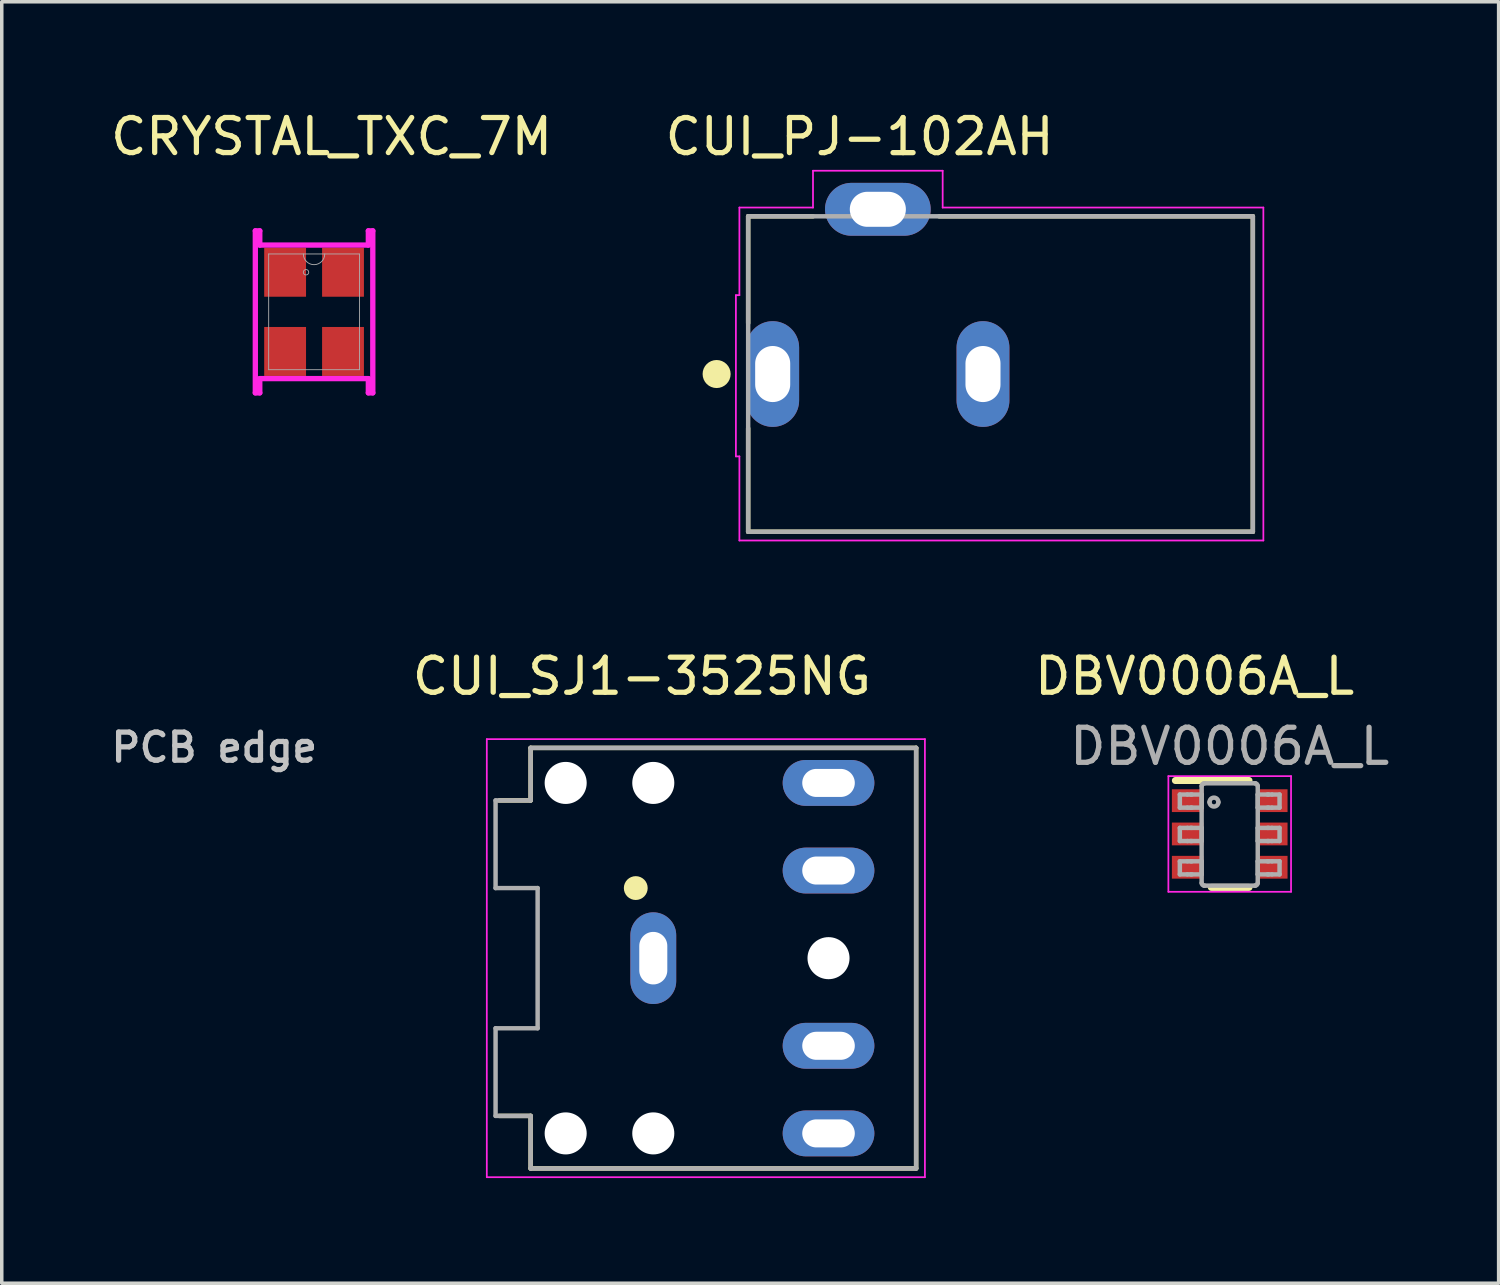
<source format=kicad_pcb>
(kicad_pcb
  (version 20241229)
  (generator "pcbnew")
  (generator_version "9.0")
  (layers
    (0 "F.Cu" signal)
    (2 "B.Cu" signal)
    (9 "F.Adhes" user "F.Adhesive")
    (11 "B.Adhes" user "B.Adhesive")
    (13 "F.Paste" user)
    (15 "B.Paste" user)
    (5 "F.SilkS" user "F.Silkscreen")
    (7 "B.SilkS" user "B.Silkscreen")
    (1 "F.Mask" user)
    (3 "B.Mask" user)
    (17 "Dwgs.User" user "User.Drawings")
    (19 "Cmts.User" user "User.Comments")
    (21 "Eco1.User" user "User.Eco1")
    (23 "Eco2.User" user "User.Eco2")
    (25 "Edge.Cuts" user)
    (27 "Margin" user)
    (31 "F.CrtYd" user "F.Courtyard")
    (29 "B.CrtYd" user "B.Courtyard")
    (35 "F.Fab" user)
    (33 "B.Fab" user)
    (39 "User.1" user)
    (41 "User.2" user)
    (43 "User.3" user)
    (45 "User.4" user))
  (footprint "DBV0006A_L"
    (layer "F.Cu")
    (at 32.037 20.745)
    (property "Reference" "DBV0006A_L" (at -1 -4.5 0) (unlocked yes) (layer "F.SilkS") (effects (font (size 1 1) (thickness 0.15))))
    (attr smd)
    (fp_line (start -1.55 -1.525) (end 0.55 -1.525) (stroke (width 0.2) (type solid)) (layer "F.SilkS"))
    (fp_line (start -0.525 1.525) (end 0.55 1.525) (stroke (width 0.2) (type solid)) (layer "F.SilkS"))
    (fp_line (start -1.75 -1.65) (end 1.75 -1.65) (stroke (width 0.05) (type solid)) (layer "F.CrtYd"))
    (fp_line (start -1.75 1.65) (end -1.75 -1.65) (stroke (width 0.05) (type solid)) (layer "F.CrtYd"))
    (fp_line (start -1.75 1.65) (end 1.75 1.65) (stroke (width 0.05) (type solid)) (layer "F.CrtYd"))
    (fp_line (start 1.75 1.65) (end 1.75 -1.65) (stroke (width 0.05) (type solid)) (layer "F.CrtYd"))
    (fp_line (start -1.423 -1.125) (end -1.206 -1.125) (stroke (width 0.127) (type solid)) (layer "F.Fab"))
    (fp_line (start -1.423 -0.751) (end -1.423 -1.125) (stroke (width 0.127) (type solid)) (layer "F.Fab"))
    (fp_line (start -1.423 -0.751) (end -1.206 -0.751) (stroke (width 0.127) (type solid)) (layer "F.Fab"))
    (fp_line (start -1.423 -0.173) (end -1.206 -0.173) (stroke (width 0.127) (type solid)) (layer "F.Fab"))
    (fp_line (start -1.423 0.202) (end -1.423 -0.173) (stroke (width 0.127) (type solid)) (layer "F.Fab"))
    (fp_line (start -1.423 0.202) (end -1.206 0.202) (stroke (width 0.127) (type solid)) (layer "F.Fab"))
    (fp_line (start -1.423 0.78) (end -1.206 0.78) (stroke (width 0.127) (type solid)) (layer "F.Fab"))
    (fp_line (start -1.423 1.154) (end -1.423 0.78) (stroke (width 0.127) (type solid)) (layer "F.Fab"))
    (fp_line (start -1.423 1.154) (end -1.206 1.154) (stroke (width 0.127) (type solid)) (layer "F.Fab"))
    (fp_line (start -1.206 -1.125) (end -1.113 -1.125) (stroke (width 0.127) (type solid)) (layer "F.Fab"))
    (fp_line (start -1.206 -0.751) (end -1.113 -0.751) (stroke (width 0.127) (type solid)) (layer "F.Fab"))
    (fp_line (start -1.206 -0.173) (end -1.113 -0.173) (stroke (width 0.127) (type solid)) (layer "F.Fab"))
    (fp_line (start -1.206 0.202) (end -1.113 0.202) (stroke (width 0.127) (type solid)) (layer "F.Fab"))
    (fp_line (start -1.206 0.78) (end -1.113 0.78) (stroke (width 0.127) (type solid)) (layer "F.Fab"))
    (fp_line (start -1.206 1.154) (end -1.113 1.154) (stroke (width 0.127) (type solid)) (layer "F.Fab"))
    (fp_line (start -1.113 -1.125) (end -1.081 -1.125) (stroke (width 0.127) (type solid)) (layer "F.Fab"))
    (fp_line (start -1.113 -0.751) (end -1.081 -0.751) (stroke (width 0.127) (type solid)) (layer "F.Fab"))
    (fp_line (start -1.113 -0.173) (end -1.081 -0.173) (stroke (width 0.127) (type solid)) (layer "F.Fab"))
    (fp_line (start -1.113 0.202) (end -1.081 0.202) (stroke (width 0.127) (type solid)) (layer "F.Fab"))
    (fp_line (start -1.113 0.78) (end -1.081 0.78) (stroke (width 0.127) (type solid)) (layer "F.Fab"))
    (fp_line (start -1.113 1.154) (end -1.081 1.154) (stroke (width 0.127) (type solid)) (layer "F.Fab"))
    (fp_line (start -1.081 -1.125) (end -0.828 -1.125) (stroke (width 0.127) (type solid)) (layer "F.Fab"))
    (fp_line (start -1.081 -0.751) (end -0.828 -0.751) (stroke (width 0.127) (type solid)) (layer "F.Fab"))
    (fp_line (start -1.081 -0.173) (end -0.828 -0.173) (stroke (width 0.127) (type solid)) (layer "F.Fab"))
    (fp_line (start -1.081 0.202) (end -0.828 0.202) (stroke (width 0.127) (type solid)) (layer "F.Fab"))
    (fp_line (start -1.081 0.78) (end -0.828 0.78) (stroke (width 0.127) (type solid)) (layer "F.Fab"))
    (fp_line (start -1.081 1.154) (end -0.828 1.154) (stroke (width 0.127) (type solid)) (layer "F.Fab"))
    (fp_line (start -0.828 -1.125) (end -0.801 -1.125) (stroke (width 0.127) (type solid)) (layer "F.Fab"))
    (fp_line (start -0.828 -0.751) (end -0.801 -0.751) (stroke (width 0.127) (type solid)) (layer "F.Fab"))
    (fp_line (start -0.828 -0.173) (end -0.801 -0.173) (stroke (width 0.127) (type solid)) (layer "F.Fab"))
    (fp_line (start -0.828 0.202) (end -0.801 0.202) (stroke (width 0.127) (type solid)) (layer "F.Fab"))
    (fp_line (start -0.828 0.78) (end -0.801 0.78) (stroke (width 0.127) (type solid)) (layer "F.Fab"))
    (fp_line (start -0.828 1.154) (end -0.801 1.154) (stroke (width 0.127) (type solid)) (layer "F.Fab"))
    (fp_line (start -0.801 -0.751) (end -0.801 -1.125) (stroke (width 0.127) (type solid)) (layer "F.Fab"))
    (fp_line (start -0.801 0.202) (end -0.801 -0.173) (stroke (width 0.127) (type solid)) (layer "F.Fab"))
    (fp_line (start -0.801 1.154) (end -0.801 0.78) (stroke (width 0.127) (type solid)) (layer "F.Fab"))
    (fp_line (start -0.801 1.399) (end -0.801 -1.37) (stroke (width 0.127) (type solid)) (layer "F.Fab"))
    (fp_line (start -0.725 -1.446) (end -0.724 -1.446) (stroke (width 0.127) (type solid)) (layer "F.Fab"))
    (fp_line (start -0.725 1.475) (end -0.724 1.475) (stroke (width 0.127) (type solid)) (layer "F.Fab"))
    (fp_line (start -0.724 -1.446) (end 0.723 -1.446) (stroke (width 0.127) (type solid)) (layer "F.Fab"))
    (fp_line (start -0.724 1.475) (end 0.723 1.475) (stroke (width 0.127) (type solid)) (layer "F.Fab"))
    (fp_line (start 0.723 -1.446) (end 0.724 -1.446) (stroke (width 0.127) (type solid)) (layer "F.Fab"))
    (fp_line (start 0.723 1.475) (end 0.724 1.475) (stroke (width 0.127) (type solid)) (layer "F.Fab"))
    (fp_line (start 0.8 -1.125) (end 0.827 -1.125) (stroke (width 0.127) (type solid)) (layer "F.Fab"))
    (fp_line (start 0.8 -0.751) (end 0.8 -1.125) (stroke (width 0.127) (type solid)) (layer "F.Fab"))
    (fp_line (start 0.8 -0.751) (end 0.827 -0.751) (stroke (width 0.127) (type solid)) (layer "F.Fab"))
    (fp_line (start 0.8 -0.173) (end 0.827 -0.173) (stroke (width 0.127) (type solid)) (layer "F.Fab"))
    (fp_line (start 0.8 0.202) (end 0.8 -0.173) (stroke (width 0.127) (type solid)) (layer "F.Fab"))
    (fp_line (start 0.8 0.202) (end 0.827 0.202) (stroke (width 0.127) (type solid)) (layer "F.Fab"))
    (fp_line (start 0.8 0.78) (end 0.827 0.78) (stroke (width 0.127) (type solid)) (layer "F.Fab"))
    (fp_line (start 0.8 1.154) (end 0.8 0.78) (stroke (width 0.127) (type solid)) (layer "F.Fab"))
    (fp_line (start 0.8 1.154) (end 0.827 1.154) (stroke (width 0.127) (type solid)) (layer "F.Fab"))
    (fp_line (start 0.8 1.399) (end 0.8 -1.37) (stroke (width 0.127) (type solid)) (layer "F.Fab"))
    (fp_line (start 0.827 -1.125) (end 1.08 -1.125) (stroke (width 0.127) (type solid)) (layer "F.Fab"))
    (fp_line (start 0.827 -0.751) (end 1.08 -0.751) (stroke (width 0.127) (type solid)) (layer "F.Fab"))
    (fp_line (start 0.827 -0.173) (end 1.08 -0.173) (stroke (width 0.127) (type solid)) (layer "F.Fab"))
    (fp_line (start 0.827 0.202) (end 1.08 0.202) (stroke (width 0.127) (type solid)) (layer "F.Fab"))
    (fp_line (start 0.827 0.78) (end 1.08 0.78) (stroke (width 0.127) (type solid)) (layer "F.Fab"))
    (fp_line (start 0.827 1.154) (end 1.08 1.154) (stroke (width 0.127) (type solid)) (layer "F.Fab"))
    (fp_line (start 1.08 -1.125) (end 1.112 -1.125) (stroke (width 0.127) (type solid)) (layer "F.Fab"))
    (fp_line (start 1.08 -0.751) (end 1.112 -0.751) (stroke (width 0.127) (type solid)) (layer "F.Fab"))
    (fp_line (start 1.08 -0.173) (end 1.112 -0.173) (stroke (width 0.127) (type solid)) (layer "F.Fab"))
    (fp_line (start 1.08 0.202) (end 1.112 0.202) (stroke (width 0.127) (type solid)) (layer "F.Fab"))
    (fp_line (start 1.08 0.78) (end 1.112 0.78) (stroke (width 0.127) (type solid)) (layer "F.Fab"))
    (fp_line (start 1.08 1.154) (end 1.112 1.154) (stroke (width 0.127) (type solid)) (layer "F.Fab"))
    (fp_line (start 1.112 -1.125) (end 1.205 -1.125) (stroke (width 0.127) (type solid)) (layer "F.Fab"))
    (fp_line (start 1.112 -0.751) (end 1.205 -0.751) (stroke (width 0.127) (type solid)) (layer "F.Fab"))
    (fp_line (start 1.112 -0.173) (end 1.205 -0.173) (stroke (width 0.127) (type solid)) (layer "F.Fab"))
    (fp_line (start 1.112 0.202) (end 1.205 0.202) (stroke (width 0.127) (type solid)) (layer "F.Fab"))
    (fp_line (start 1.112 0.78) (end 1.205 0.78) (stroke (width 0.127) (type solid)) (layer "F.Fab"))
    (fp_line (start 1.112 1.154) (end 1.205 1.154) (stroke (width 0.127) (type solid)) (layer "F.Fab"))
    (fp_line (start 1.205 -1.125) (end 1.422 -1.125) (stroke (width 0.127) (type solid)) (layer "F.Fab"))
    (fp_line (start 1.205 -0.751) (end 1.422 -0.751) (stroke (width 0.127) (type solid)) (layer "F.Fab"))
    (fp_line (start 1.205 -0.173) (end 1.422 -0.173) (stroke (width 0.127) (type solid)) (layer "F.Fab"))
    (fp_line (start 1.205 0.202) (end 1.422 0.202) (stroke (width 0.127) (type solid)) (layer "F.Fab"))
    (fp_line (start 1.205 0.78) (end 1.422 0.78) (stroke (width 0.127) (type solid)) (layer "F.Fab"))
    (fp_line (start 1.205 1.154) (end 1.422 1.154) (stroke (width 0.127) (type solid)) (layer "F.Fab"))
    (fp_line (start 1.422 -0.751) (end 1.422 -1.125) (stroke (width 0.127) (type solid)) (layer "F.Fab"))
    (fp_line (start 1.422 0.202) (end 1.422 -0.173) (stroke (width 0.127) (type solid)) (layer "F.Fab"))
    (fp_line (start 1.422 1.154) (end 1.422 0.78) (stroke (width 0.127) (type solid)) (layer "F.Fab"))
    (fp_arc (start -0.800692 -1.369901) (mid -0.778512 -1.423533) (end -0.724999 -1.446) (stroke (width 0.127) (type solid)) (layer "F.Fab"))
    (fp_arc (start -0.724999 1.475002) (mid -0.778507 1.452548) (end -0.800692 1.398928) (stroke (width 0.127) (type solid)) (layer "F.Fab"))
    (fp_arc (start -0.576537 -0.906071) (mid -0.449562 -1.033046) (end -0.322588 -0.906071) (stroke (width 0.127) (type solid)) (layer "F.Fab"))
    (fp_arc (start -0.322588 -0.906071) (mid -0.449562 -0.779097) (end -0.576537 -0.906071) (stroke (width 0.127) (type solid)) (layer "F.Fab"))
    (fp_arc (start 0.723841 -1.446) (mid 0.777341 -1.423528) (end 0.799508 -1.369901) (stroke (width 0.127) (type solid)) (layer "F.Fab"))
    (fp_arc (start 0.799508 1.398928) (mid 0.777336 1.452543) (end 0.723841 1.475002) (stroke (width 0.127) (type solid)) (layer "F.Fab"))
    (fp_text user "${REFERENCE}" (at 0 -2.5 0) (unlocked yes) (layer "F.Fab") (effects (font (size 1 1) (thickness 0.15))))
    (pad "1" smd rect (at -1.2 -0.95 90) (size 0.65 0.9) (layers "F.Cu" "F.Mask" "F.Paste"))
    (pad "2" smd rect (at -1.2 0 90) (size 0.65 0.9) (layers "F.Cu" "F.Mask" "F.Paste"))
    (pad "3" smd rect (at -1.2 0.95 90) (size 0.65 0.9) (layers "F.Cu" "F.Mask" "F.Paste"))
    (pad "4" smd rect (at 1.2 0.95 90) (size 0.65 0.9) (layers "F.Cu" "F.Mask" "F.Paste"))
    (pad "5" smd rect (at 1.2 0 90) (size 0.65 0.9) (layers "F.Cu" "F.Mask" "F.Paste"))
    (pad "6" smd rect (at 1.2 -0.95 90) (size 0.65 0.9) (layers "F.Cu" "F.Mask" "F.Paste")))
  (footprint "CUI_PJ-102AH"
    (layer "F.Cu")
    (at 25.497 7.622)
    (property "Reference" "CUI_PJ-102AH" (at -4.02 -6.773 0) (layer "F.SilkS") (effects (font (size 1.001 1.001) (thickness 0.15))))
    (attr through_hole)
    (fp_line (start -7.2 -4.5) (end -5.35 -4.5) (stroke (width 0.127) (type solid)) (layer "F.SilkS"))
    (fp_line (start -7.2 -1.45) (end -7.2 -4.5) (stroke (width 0.127) (type solid)) (layer "F.SilkS"))
    (fp_line (start -7.2 4.5) (end -7.2 1.55) (stroke (width 0.127) (type solid)) (layer "F.SilkS"))
    (fp_line (start -1.75 -4.5) (end 7.2 -4.5) (stroke (width 0.127) (type solid)) (layer "F.SilkS"))
    (fp_line (start 7.2 -4.5) (end 7.2 4.5) (stroke (width 0.127) (type solid)) (layer "F.SilkS"))
    (fp_line (start 7.2 4.5) (end -7.2 4.5) (stroke (width 0.127) (type solid)) (layer "F.SilkS"))
    (fp_circle (center -8.1 0) (end -7.9 0) (stroke (width 0.4) (type solid)) (fill no) (layer "F.SilkS"))
    (fp_line (start -7.55 -2.25) (end -7.55 2.35) (stroke (width 0.05) (type solid)) (layer "F.CrtYd"))
    (fp_line (start -7.55 2.35) (end -7.45 2.35) (stroke (width 0.05) (type solid)) (layer "F.CrtYd"))
    (fp_line (start -7.45 -4.75) (end -5.35 -4.75) (stroke (width 0.05) (type solid)) (layer "F.CrtYd"))
    (fp_line (start -7.45 -2.25) (end -7.55 -2.25) (stroke (width 0.05) (type solid)) (layer "F.CrtYd"))
    (fp_line (start -7.45 -2.25) (end -7.45 -4.75) (stroke (width 0.05) (type solid)) (layer "F.CrtYd"))
    (fp_line (start -7.45 4.75) (end -7.45 2.35) (stroke (width 0.05) (type solid)) (layer "F.CrtYd"))
    (fp_line (start -5.35 -5.8) (end -1.65 -5.8) (stroke (width 0.05) (type solid)) (layer "F.CrtYd"))
    (fp_line (start -5.35 -4.75) (end -5.35 -5.8) (stroke (width 0.05) (type solid)) (layer "F.CrtYd"))
    (fp_line (start -1.65 -5.8) (end -1.65 -4.75) (stroke (width 0.05) (type solid)) (layer "F.CrtYd"))
    (fp_line (start -1.65 -4.75) (end 7.5 -4.75) (stroke (width 0.05) (type solid)) (layer "F.CrtYd"))
    (fp_line (start 7.5 -4.75) (end 7.5 4.75) (stroke (width 0.05) (type solid)) (layer "F.CrtYd"))
    (fp_line (start 7.5 4.75) (end -7.45 4.75) (stroke (width 0.05) (type solid)) (layer "F.CrtYd"))
    (fp_line (start -7.2 -4.5) (end 7.2 -4.5) (stroke (width 0.127) (type solid)) (layer "F.Fab"))
    (fp_line (start -7.2 4.5) (end -7.2 -4.5) (stroke (width 0.127) (type solid)) (layer "F.Fab"))
    (fp_line (start 7.2 -4.5) (end 7.2 4.5) (stroke (width 0.127) (type solid)) (layer "F.Fab"))
    (fp_line (start 7.2 4.5) (end -7.2 4.5) (stroke (width 0.127) (type solid)) (layer "F.Fab"))
    (pad "1" thru_hole oval (at -6.5 0) (size 1.508 3.016) (drill oval 1 1.6) (layers "*.Cu" "*.Mask"))
    (pad "2" thru_hole oval (at -0.5 0) (size 1.508 3.016) (drill oval 1 1.6) (layers "*.Cu" "*.Mask"))
    (pad "3" thru_hole oval (at -3.5 -4.7) (size 3.016 1.508) (drill oval 1.6 1) (layers "*.Cu" "*.Mask")))
  (footprint "CRYSTAL_TXC_7M"
    (layer "F.Cu")
    (at 5.911 5.848)
    (property "Reference" "CRYSTAL_TXC_7M" (at 0.5 -5 0) (unlocked yes) (layer "F.SilkS") (effects (font (size 1 1) (thickness 0.15))))
    (attr smd)
    (fp_poly (pts (xy -1.422 -1.829) (xy -1.422 -0.432) (xy -0.229 -0.432) (xy -0.229 -1.829)) (stroke (width 0) (type solid)) (fill yes) (layer "F.Mask"))
    (fp_poly (pts (xy -1.422 0.432) (xy -1.422 1.829) (xy -0.229 1.829) (xy -0.229 0.432)) (stroke (width 0) (type solid)) (fill yes) (layer "F.Mask"))
    (fp_poly (pts (xy 0.229 -1.829) (xy 0.229 -0.432) (xy 1.422 -0.432) (xy 1.422 -1.829)) (stroke (width 0) (type solid)) (fill yes) (layer "F.Mask"))
    (fp_poly (pts (xy 0.229 0.432) (xy 0.229 1.829) (xy 1.422 1.829) (xy 1.422 0.432)) (stroke (width 0) (type solid)) (fill yes) (layer "F.Mask"))
    (fp_poly (pts (xy -1.422 -1.829) (xy -1.422 -0.432) (xy -0.229 -0.432) (xy -0.229 -1.829)) (stroke (width 0) (type solid)) (fill yes) (layer "F.Paste"))
    (fp_poly (pts (xy -1.422 0.432) (xy -1.422 1.829) (xy -0.229 1.829) (xy -0.229 0.432)) (stroke (width 0) (type solid)) (fill yes) (layer "F.Paste"))
    (fp_poly (pts (xy 0.229 -1.829) (xy 0.229 -0.432) (xy 1.422 -0.432) (xy 1.422 -1.829)) (stroke (width 0) (type solid)) (fill yes) (layer "F.Paste"))
    (fp_poly (pts (xy 0.229 0.432) (xy 0.229 1.829) (xy 1.422 1.829) (xy 1.422 0.432)) (stroke (width 0) (type solid)) (fill yes) (layer "F.Paste"))
    (fp_line (start -1.676 -2.311) (end -1.549 -2.311) (stroke (width 0.152) (type solid)) (layer "F.CrtYd"))
    (fp_line (start -1.676 2.311) (end -1.676 -2.311) (stroke (width 0.152) (type solid)) (layer "F.CrtYd"))
    (fp_line (start -1.676 2.311) (end -1.549 2.311) (stroke (width 0.152) (type solid)) (layer "F.CrtYd"))
    (fp_line (start -1.549 -2.311) (end -1.549 -1.905) (stroke (width 0.152) (type solid)) (layer "F.CrtYd"))
    (fp_line (start -1.549 -1.905) (end 1.549 -1.905) (stroke (width 0.152) (type solid)) (layer "F.CrtYd"))
    (fp_line (start -1.549 1.905) (end -1.549 2.311) (stroke (width 0.152) (type solid)) (layer "F.CrtYd"))
    (fp_line (start 1.549 -1.905) (end 1.549 -2.311) (stroke (width 0.152) (type solid)) (layer "F.CrtYd"))
    (fp_line (start 1.549 1.905) (end -1.549 1.905) (stroke (width 0.152) (type solid)) (layer "F.CrtYd"))
    (fp_line (start 1.549 2.311) (end 1.549 1.905) (stroke (width 0.152) (type solid)) (layer "F.CrtYd"))
    (fp_line (start 1.676 -2.311) (end 1.549 -2.311) (stroke (width 0.152) (type solid)) (layer "F.CrtYd"))
    (fp_line (start 1.676 -2.311) (end 1.676 2.311) (stroke (width 0.152) (type solid)) (layer "F.CrtYd"))
    (fp_line (start 1.676 2.311) (end 1.549 2.311) (stroke (width 0.152) (type solid)) (layer "F.CrtYd"))
    (fp_line (start -1.295 -1.651) (end -1.295 1.651) (stroke (width 0.025) (type solid)) (layer "F.Fab"))
    (fp_line (start -1.295 1.651) (end 1.295 1.651) (stroke (width 0.025) (type solid)) (layer "F.Fab"))
    (fp_line (start 1.295 -1.651) (end -1.295 -1.651) (stroke (width 0.025) (type solid)) (layer "F.Fab"))
    (fp_line (start 1.295 1.651) (end 1.295 -1.651) (stroke (width 0.025) (type solid)) (layer "F.Fab"))
    (fp_arc (start 0.3048 -1.651) (mid 0 -1.3462) (end -0.3048 -1.651) (stroke (width 0.0254) (type solid)) (layer "F.Fab"))
    (fp_circle (center -0.229 -1.13) (end -0.152 -1.13) (stroke (width 0.025) (type solid)) (fill no) (layer "F.Fab"))
    (pad "1" smd rect (at -0.826 -1.13) (size 1.194 1.397) (layers "F.Cu" "F.Mask"))
    (pad "2" smd rect (at -0.826 1.13) (size 1.194 1.397) (layers "F.Cu" "F.Mask"))
    (pad "3" smd rect (at 0.826 1.13) (size 1.194 1.397) (layers "F.Cu" "F.Mask"))
    (pad "4" smd rect (at 0.826 -1.13) (size 1.194 1.397) (layers "F.Cu" "F.Mask")))
  (footprint "CUI_SJ1-3525NG"
    (layer "F.Cu")
    (at 15.59 24.289)
    (property "Reference" "CUI_SJ1-3525NG" (at -0.325 -8.043 0) (layer "F.SilkS") (effects (font (size 1.001 1.001) (thickness 0.15))))
    (attr through_hole)
    (fp_line (start -4.4 4.5) (end -3.5 4.5) (stroke (width 0.127) (type solid)) (layer "F.SilkS"))
    (fp_line (start -3.5 -6) (end -3.5 -4.5) (stroke (width 0.127) (type solid)) (layer "F.SilkS"))
    (fp_line (start -3.5 -4.5) (end -4.4 -4.5) (stroke (width 0.127) (type solid)) (layer "F.SilkS"))
    (fp_line (start -3.5 4.5) (end -3.5 6) (stroke (width 0.127) (type solid)) (layer "F.SilkS"))
    (fp_line (start 7.5 -6) (end -3.5 -6) (stroke (width 0.127) (type solid)) (layer "F.SilkS"))
    (fp_line (start 7.5 -6) (end 7.5 6) (stroke (width 0.127) (type solid)) (layer "F.SilkS"))
    (fp_line (start 7.5 6) (end -3.5 6) (stroke (width 0.127) (type solid)) (layer "F.SilkS"))
    (fp_circle (center -0.5 -2) (end -0.33 -2) (stroke (width 0.34) (type solid)) (fill no) (layer "F.SilkS"))
    (fp_line (start -4.75 -6.25) (end 7.75 -6.25) (stroke (width 0.05) (type solid)) (layer "F.CrtYd"))
    (fp_line (start -4.75 6.25) (end -4.75 -6.25) (stroke (width 0.05) (type solid)) (layer "F.CrtYd"))
    (fp_line (start 7.75 -6.25) (end 7.75 6.25) (stroke (width 0.05) (type solid)) (layer "F.CrtYd"))
    (fp_line (start 7.75 6.25) (end -4.75 6.25) (stroke (width 0.05) (type solid)) (layer "F.CrtYd"))
    (fp_line (start -4.5 -4.5) (end -4.5 -2) (stroke (width 0.127) (type solid)) (layer "F.Fab"))
    (fp_line (start -4.5 -2) (end -3.3 -2) (stroke (width 0.127) (type solid)) (layer "F.Fab"))
    (fp_line (start -4.5 2) (end -4.5 4.5) (stroke (width 0.127) (type solid)) (layer "F.Fab"))
    (fp_line (start -4.5 4.5) (end -3.5 4.5) (stroke (width 0.127) (type solid)) (layer "F.Fab"))
    (fp_line (start -3.5 -6) (end -3.5 -4.5) (stroke (width 0.127) (type solid)) (layer "F.Fab"))
    (fp_line (start -3.5 -4.5) (end -4.5 -4.5) (stroke (width 0.127) (type solid)) (layer "F.Fab"))
    (fp_line (start -3.5 4.5) (end -3.5 6) (stroke (width 0.127) (type solid)) (layer "F.Fab"))
    (fp_line (start -3.3 -2) (end -3.3 2) (stroke (width 0.127) (type solid)) (layer "F.Fab"))
    (fp_line (start -3.3 2) (end -4.5 2) (stroke (width 0.127) (type solid)) (layer "F.Fab"))
    (fp_line (start 7.5 -6) (end -3.5 -6) (stroke (width 0.127) (type solid)) (layer "F.Fab"))
    (fp_line (start 7.5 -6) (end 7.5 6) (stroke (width 0.127) (type solid)) (layer "F.Fab"))
    (fp_line (start 7.5 6) (end -3.5 6) (stroke (width 0.127) (type solid)) (layer "F.Fab"))
    (fp_text user "PCB edge" (at -12.525 -6.012 0) (layer "Dwgs.User") (effects (font (size 0.802 0.802) (thickness 0.15))))
    (pad "" np_thru_hole circle (at -2.5 -5) (size 1.2 1.2) (drill 1.2) (layers "*.Cu" "*.Mask"))
    (pad "" np_thru_hole circle (at -2.5 5) (size 1.2 1.2) (drill 1.2) (layers "*.Cu" "*.Mask"))
    (pad "" np_thru_hole circle (at 0 -5) (size 1.2 1.2) (drill 1.2) (layers "*.Cu" "*.Mask"))
    (pad "" np_thru_hole circle (at 0 5) (size 1.2 1.2) (drill 1.2) (layers "*.Cu" "*.Mask"))
    (pad "" np_thru_hole circle (at 5 0) (size 1.2 1.2) (drill 1.2) (layers "*.Cu" "*.Mask"))
    (pad "1" thru_hole oval (at 0 0) (size 1.308 2.616) (drill oval 0.8 1.5) (layers "*.Cu" "*.Mask"))
    (pad "2" thru_hole oval (at 5 5) (size 2.616 1.308) (drill oval 1.5 0.8) (layers "*.Cu" "*.Mask"))
    (pad "3" thru_hole oval (at 5 -5) (size 2.616 1.308) (drill oval 1.5 0.8) (layers "*.Cu" "*.Mask"))
    (pad "4" thru_hole oval (at 5 2.5) (size 2.616 1.308) (drill oval 1.5 0.8) (layers "*.Cu" "*.Mask"))
    (pad "5" thru_hole oval (at 5 -2.5) (size 2.616 1.308) (drill oval 1.5 0.8) (layers "*.Cu" "*.Mask")))
  (gr_rect
    (start -3 -3)
    (end 39.71 33.564)
    (stroke (width 0.1) (type default))
    (fill no)
    (layer "Edge.Cuts")))
</source>
